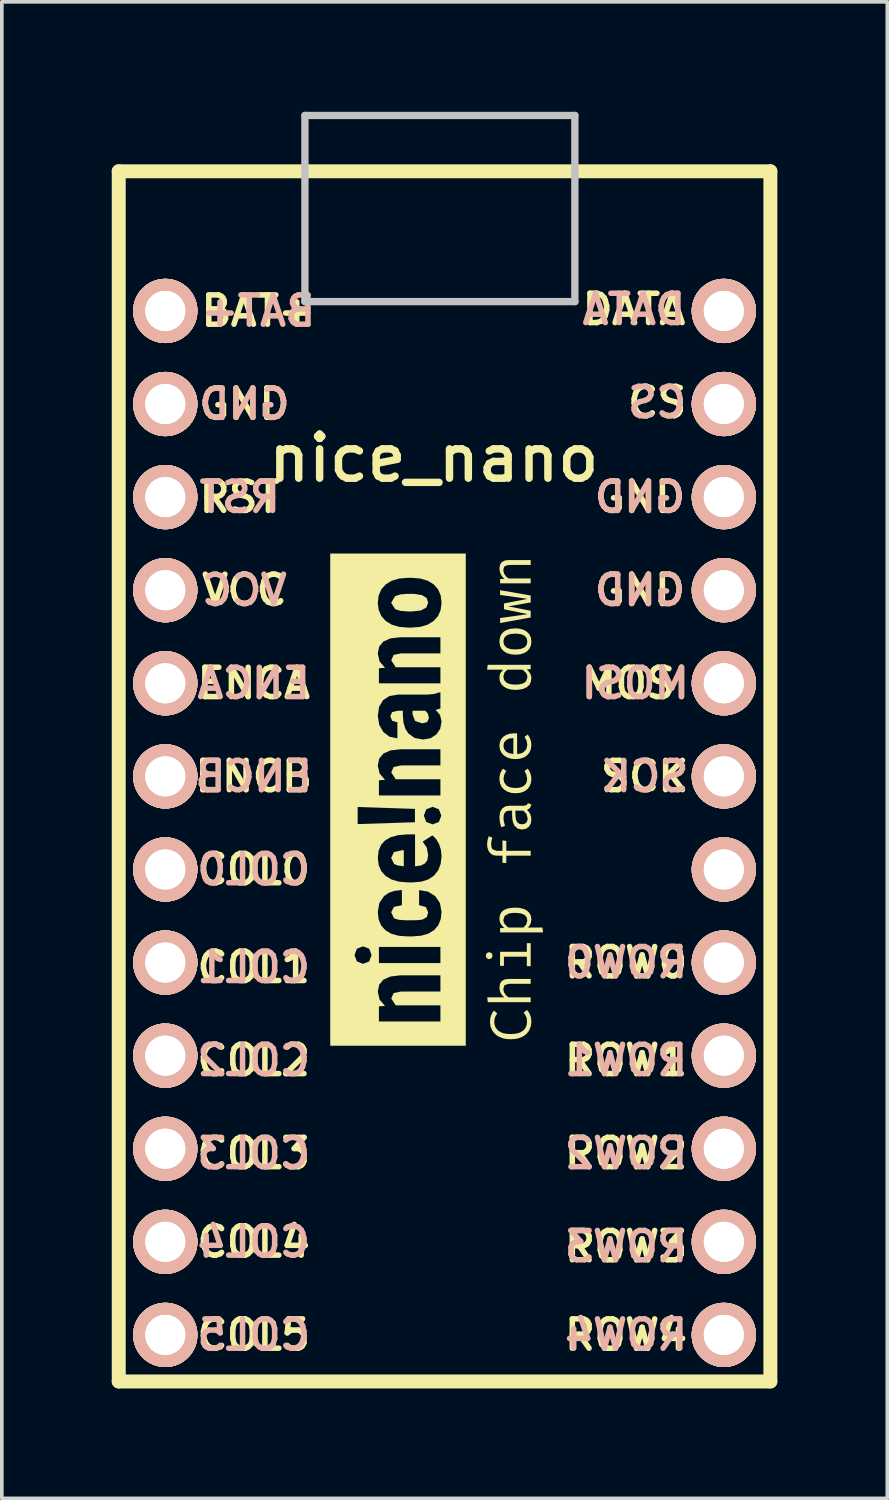
<source format=kicad_pcb>
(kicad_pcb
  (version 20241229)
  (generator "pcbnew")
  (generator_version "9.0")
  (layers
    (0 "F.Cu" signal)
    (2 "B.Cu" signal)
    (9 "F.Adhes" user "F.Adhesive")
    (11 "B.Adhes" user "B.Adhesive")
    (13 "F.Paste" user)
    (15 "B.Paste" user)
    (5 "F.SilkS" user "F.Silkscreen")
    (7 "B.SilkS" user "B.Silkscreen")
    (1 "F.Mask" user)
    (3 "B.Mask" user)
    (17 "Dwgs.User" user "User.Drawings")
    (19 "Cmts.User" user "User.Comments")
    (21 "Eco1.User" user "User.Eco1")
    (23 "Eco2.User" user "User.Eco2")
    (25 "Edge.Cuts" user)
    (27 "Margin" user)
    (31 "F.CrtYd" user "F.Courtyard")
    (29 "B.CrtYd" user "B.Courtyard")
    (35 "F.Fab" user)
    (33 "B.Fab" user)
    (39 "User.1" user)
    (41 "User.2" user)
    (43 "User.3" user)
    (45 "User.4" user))
  (footprint "nice_nano"
    (layer "F.Cu")
    (at 8.786 19.74)
    (property "Reference" "nice_nano" (at 0 -10.287 180) (layer "F.SilkS") (effects (font (size 1.2 1.2) (thickness 0.203))))
    (attr through_hole)
    (fp_line (start -8.596 -18.116) (end -8.596 14.904) (stroke (width 0.381) (type solid)) (layer "F.SilkS"))
    (fp_line (start -8.596 14.904) (end 9.184 14.904) (stroke (width 0.381) (type solid)) (layer "F.SilkS"))
    (fp_line (start 9.184 -18.116) (end -8.596 -18.116) (stroke (width 0.381) (type solid)) (layer "F.SilkS"))
    (fp_line (start 9.184 14.904) (end 9.184 -18.116) (stroke (width 0.381) (type solid)) (layer "F.SilkS"))
    (fp_poly (pts (xy -0.818 0.847) (xy -0.818 0.408) (xy -0.858 0.408) (xy -1.086 0.458) (xy -1.163 0.619) (xy -1.081 0.786) (xy -0.974 0.827) (xy -0.818 0.847)) (stroke (width 0) (type solid)) (fill yes) (layer "F.SilkS"))
    (fp_poly (pts (xy -0.132 -3.198) (xy -0.162 -3.322) (xy -0.232 -3.398) (xy -0.58 -3.398) (xy -0.58 -3.293) (xy -0.509 -3.117) (xy -0.318 -3.052) (xy -0.179 -3.089) (xy -0.132 -3.198)) (stroke (width 0) (type solid)) (fill yes) (layer "F.SilkS"))
    (fp_poly (pts (xy 1.417 3.287) (xy 1.444 3.216) (xy 1.51 3.189) (xy 1.578 3.216) (xy 1.605 3.287) (xy 1.578 3.356) (xy 1.51 3.383) (xy 1.444 3.356) (xy 1.417 3.287)) (stroke (width 0) (type solid)) (fill yes) (layer "F.SilkS"))
    (fp_poly (pts (xy 1.809 3.18) (xy 2.539 3.18) (xy 2.539 2.945) (xy 2.644 2.945) (xy 2.644 3.572) (xy 2.539 3.572) (xy 2.539 3.314) (xy 1.914 3.314) (xy 1.914 3.564) (xy 1.809 3.564) (xy 1.809 3.18)) (stroke (width 0) (type solid)) (fill yes) (layer "F.SilkS"))
    (fp_poly (pts (xy 2.644 -6.541) (xy 2.644 -6.352) (xy 2.031 -6.244) (xy 2.644 -6.126) (xy 2.644 -5.942) (xy 1.809 -5.79) (xy 1.809 -5.926) (xy 2.562 -6.033) (xy 1.915 -6.166) (xy 1.915 -6.324) (xy 2.562 -6.45) (xy 1.809 -6.557) (xy 1.809 -6.687) (xy 2.644 -6.541)) (stroke (width 0) (type solid)) (fill yes) (layer "F.SilkS"))
    (fp_poly (pts (xy -0.602 -6.106) (xy -0.352 -6.133) (xy -0.203 -6.213) (xy -0.153 -6.347) (xy -0.194 -6.472) (xy -0.319 -6.551) (xy -0.528 -6.585) (xy -0.712 -6.587) (xy -0.912 -6.571) (xy -1.053 -6.523) (xy -1.163 -6.343) (xy -1.053 -6.169) (xy -0.912 -6.122) (xy -0.712 -6.106) (xy -0.602 -6.106)) (stroke (width 0) (type solid)) (fill yes) (layer "F.SilkS"))
    (fp_poly (pts (xy 1.459 4.423) (xy 1.923 4.423) (xy 1.865 4.368) (xy 1.824 4.302) (xy 1.799 4.229) (xy 1.791 4.156) (xy 1.807 4.05) (xy 1.856 3.977) (xy 1.934 3.935) (xy 2.037 3.921) (xy 2.644 3.921) (xy 2.644 4.054) (xy 2.04 4.054) (xy 1.931 4.089) (xy 1.896 4.199) (xy 1.917 4.289) (xy 1.971 4.366) (xy 2.036 4.423) (xy 2.644 4.423) (xy 2.644 4.556) (xy 1.474 4.556) (xy 1.459 4.423)) (stroke (width 0) (type solid)) (fill yes) (layer "F.SilkS"))
    (fp_poly (pts (xy 2.644 -6.874) (xy 1.809 -6.874) (xy 1.809 -6.988) (xy 1.925 -6.998) (xy 1.868 -7.055) (xy 1.826 -7.125) (xy 1.8 -7.201) (xy 1.791 -7.274) (xy 1.807 -7.38) (xy 1.856 -7.453) (xy 1.934 -7.495) (xy 2.037 -7.509) (xy 2.644 -7.509) (xy 2.644 -7.376) (xy 2.136 -7.376) (xy 2.058 -7.373) (xy 1.997 -7.366) (xy 1.92 -7.327) (xy 1.896 -7.233) (xy 1.917 -7.14) (xy 1.971 -7.063) (xy 2.036 -7.007) (xy 2.644 -7.007) (xy 2.644 -6.874)) (stroke (width 0) (type solid)) (fill yes) (layer "F.SilkS"))
    (fp_poly (pts (xy 1.455 0.252) (xy 1.467 0.13) (xy 1.501 0.026) (xy 1.6 0.069) (xy 1.574 0.155) (xy 1.565 0.248) (xy 1.574 0.325) (xy 1.599 0.38) (xy 1.704 0.424) (xy 1.874 0.424) (xy 1.874 0.14) (xy 1.979 0.155) (xy 1.979 0.424) (xy 2.644 0.424) (xy 2.644 0.557) (xy 1.979 0.557) (xy 1.979 0.756) (xy 1.874 0.756) (xy 1.874 0.557) (xy 1.707 0.557) (xy 1.635 0.547) (xy 1.573 0.517) (xy 1.523 0.47) (xy 1.486 0.408) (xy 1.463 0.334) (xy 1.455 0.252)) (stroke (width 0) (type solid)) (fill yes) (layer "F.SilkS"))
    (fp_poly (pts (xy 2.548 -1.537) (xy 2.527 -1.654) (xy 2.475 -1.754) (xy 2.562 -1.819) (xy 2.604 -1.759) (xy 2.636 -1.688) (xy 2.656 -1.612) (xy 2.663 -1.537) (xy 2.649 -1.421) (xy 2.609 -1.325) (xy 2.545 -1.247) (xy 2.458 -1.191) (xy 2.353 -1.156) (xy 2.23 -1.145) (xy 2.111 -1.156) (xy 2.005 -1.191) (xy 1.916 -1.248) (xy 1.848 -1.325) (xy 1.805 -1.422) (xy 1.791 -1.538) (xy 1.797 -1.616) (xy 1.815 -1.689) (xy 1.846 -1.756) (xy 1.888 -1.818) (xy 1.977 -1.753) (xy 1.921 -1.646) (xy 1.902 -1.537) (xy 1.923 -1.438) (xy 1.983 -1.359) (xy 2.047 -1.32) (xy 2.129 -1.297) (xy 2.23 -1.289) (xy 2.331 -1.297) (xy 2.412 -1.321) (xy 2.472 -1.359) (xy 2.515 -1.409) (xy 2.539 -1.469) (xy 2.548 -1.537)) (stroke (width 0) (type solid)) (fill yes) (layer "F.SilkS"))
    (fp_poly (pts (xy 1.791 2.277) (xy 1.805 2.177) (xy 1.845 2.1) (xy 1.91 2.043) (xy 1.997 2.004) (xy 2.103 1.982) (xy 2.226 1.975) (xy 2.346 1.983) (xy 2.451 2.01) (xy 2.539 2.054) (xy 2.606 2.117) (xy 2.649 2.198) (xy 2.663 2.297) (xy 2.659 2.326) (xy 2.552 2.326) (xy 2.532 2.235) (xy 2.472 2.17) (xy 2.371 2.131) (xy 2.225 2.118) (xy 2.125 2.123) (xy 2.043 2.138) (xy 1.934 2.201) (xy 1.898 2.309) (xy 1.909 2.374) (xy 1.94 2.431) (xy 2.032 2.518) (xy 2.447 2.518) (xy 2.523 2.435) (xy 2.552 2.326) (xy 2.659 2.326) (xy 2.652 2.382) (xy 2.62 2.456) (xy 2.566 2.518) (xy 2.964 2.518) (xy 2.981 2.651) (xy 1.809 2.651) (xy 1.809 2.537) (xy 1.925 2.526) (xy 1.868 2.476) (xy 1.826 2.416) (xy 1.8 2.35) (xy 1.791 2.277)) (stroke (width 0) (type solid)) (fill yes) (layer "F.SilkS"))
    (fp_poly (pts (xy 1.455 -4.517) (xy 1.472 -4.65) (xy 2.644 -4.65) (xy 2.644 -4.533) (xy 2.534 -4.521) (xy 2.592 -4.47) (xy 2.632 -4.413) (xy 2.655 -4.35) (xy 2.66 -4.311) (xy 2.555 -4.311) (xy 2.545 -4.377) (xy 2.514 -4.433) (xy 2.423 -4.517) (xy 2.006 -4.517) (xy 1.927 -4.434) (xy 1.898 -4.328) (xy 1.919 -4.235) (xy 1.98 -4.167) (xy 2.044 -4.135) (xy 2.127 -4.116) (xy 2.228 -4.11) (xy 2.327 -4.116) (xy 2.409 -4.133) (xy 2.473 -4.162) (xy 2.518 -4.201) (xy 2.555 -4.311) (xy 2.66 -4.311) (xy 2.663 -4.283) (xy 2.649 -4.184) (xy 2.608 -4.104) (xy 2.542 -4.042) (xy 2.455 -3.999) (xy 2.349 -3.974) (xy 2.228 -3.965) (xy 2.109 -3.975) (xy 2.004 -4.004) (xy 1.915 -4.051) (xy 1.848 -4.116) (xy 1.805 -4.197) (xy 1.791 -4.293) (xy 1.797 -4.361) (xy 1.816 -4.42) (xy 1.89 -4.517) (xy 1.455 -4.517)) (stroke (width 0) (type solid)) (fill yes) (layer "F.SilkS"))
    (fp_poly (pts (xy 1.791 -5.287) (xy 1.805 -5.396) (xy 1.845 -5.485) (xy 1.909 -5.555) (xy 1.996 -5.605) (xy 2.102 -5.635) (xy 2.226 -5.645) (xy 2.347 -5.635) (xy 2.452 -5.604) (xy 2.54 -5.553) (xy 2.607 -5.483) (xy 2.649 -5.394) (xy 2.663 -5.286) (xy 2.553 -5.286) (xy 2.533 -5.38) (xy 2.473 -5.448) (xy 2.371 -5.489) (xy 2.226 -5.502) (xy 2.081 -5.489) (xy 1.98 -5.448) (xy 1.92 -5.381) (xy 1.9 -5.287) (xy 1.92 -5.193) (xy 1.98 -5.124) (xy 2.043 -5.094) (xy 2.125 -5.075) (xy 2.228 -5.069) (xy 2.372 -5.083) (xy 2.473 -5.123) (xy 2.533 -5.191) (xy 2.553 -5.286) (xy 2.663 -5.286) (xy 2.649 -5.178) (xy 2.609 -5.088) (xy 2.544 -5.018) (xy 2.457 -4.967) (xy 2.35 -4.936) (xy 2.228 -4.926) (xy 2.106 -4.937) (xy 2 -4.967) (xy 1.912 -5.019) (xy 1.846 -5.089) (xy 1.805 -5.179) (xy 1.791 -5.287)) (stroke (width 0) (type solid)) (fill yes) (layer "F.SilkS"))
    (fp_poly (pts (xy 2.274 -2.216) (xy 2.274 -2.217) (xy 2.171 -2.217) (xy 2.171 -2.653) (xy 2.053 -2.637) (xy 1.969 -2.594) (xy 1.918 -2.528) (xy 1.901 -2.443) (xy 1.917 -2.358) (xy 1.967 -2.288) (xy 2.051 -2.239) (xy 2.171 -2.217) (xy 2.274 -2.217) (xy 2.362 -2.228) (xy 2.432 -2.254) (xy 2.523 -2.342) (xy 2.552 -2.461) (xy 2.533 -2.577) (xy 2.476 -2.684) (xy 2.564 -2.747) (xy 2.605 -2.684) (xy 2.637 -2.613) (xy 2.656 -2.537) (xy 2.663 -2.459) (xy 2.649 -2.347) (xy 2.608 -2.252) (xy 2.542 -2.177) (xy 2.455 -2.121) (xy 2.349 -2.088) (xy 2.228 -2.077) (xy 2.108 -2.088) (xy 2.002 -2.122) (xy 1.914 -2.176) (xy 1.848 -2.249) (xy 1.805 -2.338) (xy 1.791 -2.442) (xy 1.804 -2.54) (xy 1.841 -2.624) (xy 1.901 -2.691) (xy 1.982 -2.741) (xy 2.083 -2.771) (xy 2.201 -2.781) (xy 2.241 -2.781) (xy 2.274 -2.778) (xy 2.274 -2.216)) (stroke (width 0) (type solid)) (fill yes) (layer "F.SilkS"))
    (fp_poly (pts (xy 1.534 5.1) (xy 1.541 5.001) (xy 1.561 4.92) (xy 1.594 4.85) (xy 1.64 4.783) (xy 1.73 4.86) (xy 1.668 4.969) (xy 1.649 5.089) (xy 1.66 5.176) (xy 1.692 5.255) (xy 1.748 5.324) (xy 1.832 5.378) (xy 1.905 5.404) (xy 1.994 5.419) (xy 2.098 5.424) (xy 2.199 5.419) (xy 2.286 5.405) (xy 2.359 5.38) (xy 2.443 5.328) (xy 2.501 5.261) (xy 2.534 5.181) (xy 2.544 5.093) (xy 2.538 5.009) (xy 2.517 4.941) (xy 2.453 4.839) (xy 2.544 4.767) (xy 2.589 4.825) (xy 2.627 4.897) (xy 2.654 4.987) (xy 2.663 5.094) (xy 2.646 5.22) (xy 2.598 5.334) (xy 2.548 5.401) (xy 2.484 5.458) (xy 2.407 5.504) (xy 2.316 5.539) (xy 2.213 5.56) (xy 2.098 5.567) (xy 1.981 5.56) (xy 1.878 5.539) (xy 1.788 5.503) (xy 1.711 5.456) (xy 1.648 5.399) (xy 1.598 5.333) (xy 1.55 5.221) (xy 1.534 5.1)) (stroke (width 0) (type solid)) (fill yes) (layer "F.SilkS"))
    (fp_poly (pts (xy 2.462 -0.805) (xy 2.535 -0.822) (xy 2.569 -0.873) (xy 2.663 -0.841) (xy 2.628 -0.746) (xy 2.545 -0.688) (xy 2.596 -0.637) (xy 2.633 -0.575) (xy 2.655 -0.504) (xy 2.659 -0.46) (xy 2.561 -0.46) (xy 2.53 -0.578) (xy 2.443 -0.671) (xy 2.228 -0.671) (xy 2.228 -0.55) (xy 2.24 -0.432) (xy 2.275 -0.355) (xy 2.331 -0.313) (xy 2.403 -0.299) (xy 2.472 -0.309) (xy 2.521 -0.339) (xy 2.551 -0.389) (xy 2.561 -0.46) (xy 2.659 -0.46) (xy 2.663 -0.426) (xy 2.645 -0.314) (xy 2.592 -0.228) (xy 2.51 -0.174) (xy 2.405 -0.156) (xy 2.29 -0.181) (xy 2.206 -0.257) (xy 2.168 -0.334) (xy 2.145 -0.431) (xy 2.137 -0.548) (xy 2.137 -0.671) (xy 2.067 -0.671) (xy 1.99 -0.658) (xy 1.939 -0.618) (xy 1.911 -0.555) (xy 1.902 -0.472) (xy 1.911 -0.375) (xy 1.944 -0.254) (xy 1.844 -0.219) (xy 1.819 -0.294) (xy 1.803 -0.364) (xy 1.791 -0.492) (xy 1.809 -0.629) (xy 1.864 -0.727) (xy 1.949 -0.786) (xy 2.061 -0.805) (xy 2.462 -0.805)) (stroke (width 0) (type solid)) (fill yes) (layer "F.SilkS"))
    (fp_poly (pts (xy -2.825 5.082) (xy -2.825 5.744) (xy 0.873 5.744) (xy 0.873 5.082) (xy 0.873 3.823) (xy 0.181 3.823) (xy 0.181 4.264) (xy -0.889 4.264) (xy -1.096 4.306) (xy -1.16 4.456) (xy -1.038 4.642) (xy 0.181 4.642) (xy 0.181 5.082) (xy -1.497 5.082) (xy -1.497 4.67) (xy -1.331 4.657) (xy -1.478 4.486) (xy -1.528 4.268) (xy -1.49 4.078) (xy -1.376 3.941) (xy -1.187 3.856) (xy -0.922 3.823) (xy 0.181 3.823) (xy 0.873 3.823) (xy 0.873 3.048) (xy 0.181 3.048) (xy 0.181 3.488) (xy -1.497 3.488) (xy -1.497 3.27) (xy -1.697 3.27) (xy -1.763 3.444) (xy -1.931 3.509) (xy -2.098 3.444) (xy -2.163 3.27) (xy -2.098 3.096) (xy -1.931 3.031) (xy -1.763 3.095) (xy -1.697 3.27) (xy -1.497 3.27) (xy -1.497 3.048) (xy 0.181 3.048) (xy 0.873 3.048) (xy 0.873 2.093) (xy 0.212 2.093) (xy 0.189 2.292) (xy 0.122 2.457) (xy 0.01 2.588) (xy -0.145 2.683) (xy -0.343 2.741) (xy -0.584 2.761) (xy -0.717 2.761) (xy -0.96 2.743) (xy -1.161 2.687) (xy -1.32 2.593) (xy -1.435 2.463) (xy -1.505 2.298) (xy -1.528 2.096) (xy -1.485 1.848) (xy -1.356 1.659) (xy -1.226 1.57) (xy -1.064 1.516) (xy -0.87 1.496) (xy -0.87 1.909) (xy -1.087 1.955) (xy -1.163 2.104) (xy -1.082 2.268) (xy -0.962 2.306) (xy -0.767 2.321) (xy -0.596 2.321) (xy -0.422 2.316) (xy -0.31 2.301) (xy -0.191 2.234) (xy -0.153 2.103) (xy -0.215 1.959) (xy -0.401 1.909) (xy -0.401 1.496) (xy -0.153 1.54) (xy 0.043 1.665) (xy 0.169 1.855) (xy 0.212 2.093) (xy 0.873 2.093) (xy 0.873 0.571) (xy 0.212 0.571) (xy 0.189 0.78) (xy 0.122 0.955) (xy 0.01 1.098) (xy -0.143 1.203) (xy -0.336 1.266) (xy -0.567 1.287) (xy -0.7 1.287) (xy -0.944 1.268) (xy -1.148 1.21) (xy -1.312 1.113) (xy -1.432 0.981) (xy -1.504 0.815) (xy -1.528 0.616) (xy -1.505 0.422) (xy -1.438 0.264) (xy -1.325 0.14) (xy -1.169 0.051) (xy -0.969 -0.003) (xy -0.726 -0.023) (xy -0.511 -0.023) (xy -0.511 0.85) (xy -0.35 0.825) (xy -0.239 0.768) (xy -0.174 0.675) (xy -0.153 0.543) (xy -0.19 0.341) (xy -0.303 0.175) (xy -0.038 0.003) (xy 0.063 0.102) (xy 0.143 0.238) (xy 0.194 0.398) (xy 0.212 0.571) (xy 0.873 0.571) (xy 0.873 -0.536) (xy 0.206 -0.536) (xy 0.139 -0.362) (xy -0.032 -0.296) (xy -0.205 -0.362) (xy -0.272 -0.536) (xy -0.205 -0.708) (xy -0.176 -0.719) (xy -0.514 -0.719) (xy -0.514 -0.355) (xy -2.077 -0.304) (xy -2.077 -0.77) (xy -0.514 -0.719) (xy -0.176 -0.719) (xy -0.032 -0.775) (xy 0.139 -0.709) (xy 0.206 -0.536) (xy 0.873 -0.536) (xy 0.873 -2.345) (xy 0.181 -2.345) (xy 0.181 -1.905) (xy -0.889 -1.905) (xy -1.096 -1.862) (xy -1.16 -1.713) (xy -1.038 -1.527) (xy 0.181 -1.527) (xy 0.181 -1.086) (xy -1.497 -1.086) (xy -1.497 -1.499) (xy -1.331 -1.511) (xy -1.478 -1.683) (xy -1.528 -1.9) (xy -1.49 -2.09) (xy -1.376 -2.228) (xy -1.187 -2.313) (xy -0.922 -2.345) (xy 0.181 -2.345) (xy 0.873 -2.345) (xy 0.873 -3.1) (xy 0.212 -3.1) (xy 0.177 -2.907) (xy 0.072 -2.751) (xy -0.088 -2.647) (xy -0.289 -2.612) (xy -0.523 -2.654) (xy -0.697 -2.78) (xy -0.777 -2.909) (xy -0.826 -3.07) (xy -0.844 -3.265) (xy -0.844 -3.398) (xy -0.979 -3.398) (xy -1.139 -3.359) (xy -1.185 -3.246) (xy -1.137 -3.123) (xy -0.993 -3.082) (xy -0.993 -2.643) (xy -1.205 -2.687) (xy -1.377 -2.817) (xy -1.49 -3.015) (xy -1.528 -3.258) (xy -1.492 -3.503) (xy -1.384 -3.686) (xy -1.21 -3.799) (xy -0.974 -3.837) (xy -0.185 -3.837) (xy 0.008 -3.854) (xy 0.154 -3.899) (xy 0.181 -3.899) (xy 0.181 -3.457) (xy 0.05 -3.42) (xy 0.171 -3.281) (xy 0.212 -3.1) (xy 0.873 -3.1) (xy 0.873 -5.402) (xy 0.181 -5.402) (xy 0.181 -4.962) (xy -0.889 -4.962) (xy -1.096 -4.92) (xy -1.16 -4.77) (xy -1.038 -4.584) (xy 0.181 -4.584) (xy 0.181 -4.144) (xy -1.497 -4.144) (xy -1.497 -4.556) (xy -1.331 -4.568) (xy -1.478 -4.74) (xy -1.528 -4.958) (xy -1.49 -5.148) (xy -1.376 -5.285) (xy -1.187 -5.37) (xy -0.922 -5.402) (xy 0.181 -5.402) (xy 0.873 -5.402) (xy 0.873 -6.347) (xy 0.212 -6.347) (xy 0.188 -6.148) (xy 0.116 -5.98) (xy -0.005 -5.845) (xy -0.167 -5.746) (xy -0.368 -5.686) (xy -0.605 -5.666) (xy -0.712 -5.666) (xy -0.948 -5.686) (xy -1.148 -5.746) (xy -1.311 -5.846) (xy -1.431 -5.981) (xy -1.504 -6.147) (xy -1.528 -6.343) (xy -1.504 -6.542) (xy -1.431 -6.709) (xy -1.311 -6.844) (xy -1.147 -6.944) (xy -0.947 -7.004) (xy -0.709 -7.024) (xy -0.602 -7.024) (xy -0.366 -7.004) (xy -0.166 -6.945) (xy -0.004 -6.846) (xy 0.116 -6.711) (xy 0.188 -6.545) (xy 0.212 -6.347) (xy 0.873 -6.347) (xy 0.873 -7.024) (xy 0.873 -7.686) (xy -2.825 -7.686) (xy -2.825 -7.024) (xy -2.825 5.082)) (stroke (width 0) (type solid)) (fill yes) (layer "F.SilkS"))
    (fp_line (start -3.516 -19.64) (end 3.85 -19.64) (stroke (width 0.2) (type solid)) (layer "Dwgs.User"))
    (fp_line (start -3.516 -14.56) (end -3.516 -19.64) (stroke (width 0.2) (type solid)) (layer "Dwgs.User"))
    (fp_line (start 3.85 -19.64) (end 3.85 -14.56) (stroke (width 0.2) (type solid)) (layer "Dwgs.User"))
    (fp_line (start 3.85 -14.56) (end -3.516 -14.56) (stroke (width 0.2) (type solid)) (layer "Dwgs.User"))
    (fp_text user "ENCA" (at -4.913 -4.146 0) (layer "F.SilkS") (effects (font (size 0.8 0.8) (thickness 0.15))))
    (fp_text user "COL2" (at -4.913 6.141 0) (unlocked yes) (layer "F.SilkS") (effects (font (size 0.8 0.8) (thickness 0.15))))
    (fp_text user "ENCB" (at -4.913 -1.606 0) (layer "F.SilkS") (effects (font (size 0.8 0.8) (thickness 0.15))))
    (fp_text user "MOSI" (at 5.501 -4.146 0) (layer "F.SilkS") (effects (font (size 0.8 0.8) (thickness 0.15))))
    (fp_text user "CS" (at 6.096 -11.811 0) (layer "F.SilkS") (effects (font (size 0.8 0.8) (thickness 0.15))))
    (fp_text user "GND" (at 5.628 -9.226 0) (layer "F.SilkS") (effects (font (size 0.8 0.8) (thickness 0.15))))
    (fp_text user "SCK" (at 5.755 -1.606 0) (layer "F.SilkS") (effects (font (size 0.8 0.8) (thickness 0.15))))
    (fp_text user "DATA" (at 5.461 -14.351 0) (layer "F.SilkS") (effects (font (size 0.8 0.8) (thickness 0.15))))
    (fp_text user "ROW3" (at 5.247 11.221 0) (unlocked yes) (layer "F.SilkS") (effects (font (size 0.8 0.8) (thickness 0.15))))
    (fp_text user "ROW2" (at 5.247 8.681 0) (unlocked yes) (layer "F.SilkS") (effects (font (size 0.8 0.8) (thickness 0.15))))
    (fp_text user "ROW1" (at 5.247 6.141 0) (unlocked yes) (layer "F.SilkS") (effects (font (size 0.8 0.8) (thickness 0.15))))
    (fp_text user "VCC" (at -5.167 -6.686 0) (layer "F.SilkS") (effects (font (size 0.8 0.8) (thickness 0.15))))
    (fp_text user "RST" (at -5.294 -9.226 0) (layer "F.SilkS") (effects (font (size 0.8 0.8) (thickness 0.15))))
    (fp_text user "ROW4" (at 5.247 13.634 0) (unlocked yes) (layer "F.SilkS") (effects (font (size 0.8 0.8) (thickness 0.15))))
    (fp_text user "GND" (at 5.628 -6.686 0) (layer "F.SilkS") (effects (font (size 0.8 0.8) (thickness 0.15))))
    (fp_text user "COL4" (at -4.913 11.094 0) (unlocked yes) (layer "F.SilkS") (effects (font (size 0.8 0.8) (thickness 0.15))))
    (fp_text user "COL5" (at -4.913 13.634 0) (unlocked yes) (layer "F.SilkS") (effects (font (size 0.8 0.8) (thickness 0.15))))
    (fp_text user "GND" (at -5.167 -11.766 0) (layer "F.SilkS") (effects (font (size 0.8 0.8) (thickness 0.15))))
    (fp_text user "BAT+" (at -4.786 -14.306 0) (layer "F.SilkS") (effects (font (size 0.8 0.8) (thickness 0.15))))
    (fp_text user "COL1" (at -4.913 3.601 0) (unlocked yes) (layer "F.SilkS") (effects (font (size 0.8 0.8) (thickness 0.15))))
    (fp_text user "COL0" (at -4.913 0.934 0) (unlocked yes) (layer "F.SilkS") (effects (font (size 0.8 0.8) (thickness 0.15))))
    (fp_text user "ROW0" (at 5.247 3.474 0) (unlocked yes) (layer "F.SilkS") (effects (font (size 0.8 0.8) (thickness 0.15))))
    (fp_text user "COL3" (at -4.913 8.681 0) (unlocked yes) (layer "F.SilkS") (effects (font (size 0.8 0.8) (thickness 0.15))))
    (fp_text user "ENCA" (at -4.913 -4.146 0) (layer "B.SilkS") (effects (font (size 0.8 0.8) (thickness 0.15)) (justify mirror)))
    (fp_text user "GND" (at 5.628 -9.226 0) (layer "B.SilkS") (effects (font (size 0.8 0.8) (thickness 0.15)) (justify mirror)))
    (fp_text user "ENCB" (at -4.913 -1.606 0) (layer "B.SilkS") (effects (font (size 0.8 0.8) (thickness 0.15)) (justify mirror)))
    (fp_text user "ROW3" (at 5.247 11.221 0) (unlocked yes) (layer "B.SilkS") (effects (font (size 0.8 0.8) (thickness 0.15)) (justify mirror)))
    (fp_text user "RST" (at -5.294 -9.226 0) (layer "B.SilkS") (effects (font (size 0.8 0.8) (thickness 0.15)) (justify mirror)))
    (fp_text user "ROW1" (at 5.247 6.141 0) (unlocked yes) (layer "B.SilkS") (effects (font (size 0.8 0.8) (thickness 0.15)) (justify mirror)))
    (fp_text user "CS" (at 6.096 -11.811 0) (layer "B.SilkS") (effects (font (size 0.8 0.8) (thickness 0.15)) (justify mirror)))
    (fp_text user "COL0" (at -4.913 0.934 0) (unlocked yes) (layer "B.SilkS") (effects (font (size 0.8 0.8) (thickness 0.15)) (justify mirror)))
    (fp_text user "VCC" (at -5.167 -6.686 0) (layer "B.SilkS") (effects (font (size 0.8 0.8) (thickness 0.15)) (justify mirror)))
    (fp_text user "COL5" (at -4.913 13.634 0) (unlocked yes) (layer "B.SilkS") (effects (font (size 0.8 0.8) (thickness 0.15)) (justify mirror)))
    (fp_text user "COL1" (at -4.913 3.601 0) (unlocked yes) (layer "B.SilkS") (effects (font (size 0.8 0.8) (thickness 0.15)) (justify mirror)))
    (fp_text user "COL3" (at -4.913 8.681 0) (unlocked yes) (layer "B.SilkS") (effects (font (size 0.8 0.8) (thickness 0.15)) (justify mirror)))
    (fp_text user "MOSI" (at 5.501 -4.146 0) (layer "B.SilkS") (effects (font (size 0.8 0.8) (thickness 0.15)) (justify mirror)))
    (fp_text user "GND" (at 5.628 -6.686 0) (layer "B.SilkS") (effects (font (size 0.8 0.8) (thickness 0.15)) (justify mirror)))
    (fp_text user "DATA" (at 5.461 -14.351 0) (layer "B.SilkS") (effects (font (size 0.8 0.8) (thickness 0.15)) (justify mirror)))
    (fp_text user "COL2" (at -4.913 6.141 0) (unlocked yes) (layer "B.SilkS") (effects (font (size 0.8 0.8) (thickness 0.15)) (justify mirror)))
    (fp_text user "BAT+" (at -4.786 -14.306 0) (layer "B.SilkS") (effects (font (size 0.8 0.8) (thickness 0.15)) (justify mirror)))
    (fp_text user "COL4" (at -4.913 11.094 0) (unlocked yes) (layer "B.SilkS") (effects (font (size 0.8 0.8) (thickness 0.15)) (justify mirror)))
    (fp_text user "ROW2" (at 5.247 8.681 0) (unlocked yes) (layer "B.SilkS") (effects (font (size 0.8 0.8) (thickness 0.15)) (justify mirror)))
    (fp_text user "GND" (at -5.167 -11.766 0) (layer "B.SilkS") (effects (font (size 0.8 0.8) (thickness 0.15)) (justify mirror)))
    (fp_text user "ROW0" (at 5.247 3.474 0) (unlocked yes) (layer "B.SilkS") (effects (font (size 0.8 0.8) (thickness 0.15)) (justify mirror)))
    (fp_text user "ROW4" (at 5.247 13.634 0) (unlocked yes) (layer "B.SilkS") (effects (font (size 0.8 0.8) (thickness 0.15)) (justify mirror)))
    (fp_text user "SCK" (at 5.755 -1.606 0) (layer "B.SilkS") (effects (font (size 0.8 0.8) (thickness 0.15)) (justify mirror)))
    (pad "1" thru_hole circle (at -7.326 -14.306 270) (size 1.753 1.753) (drill 1.092) (layers "*.Cu" "*.SilkS" "*.Mask"))
    (pad "1" thru_hole circle (at -7.326 -14.306 270) (size 1.753 1.753) (drill 1.092) (layers "*.Cu" "*.SilkS" "*.Mask"))
    (pad "2" thru_hole circle (at -7.326 -11.766 270) (size 1.753 1.753) (drill 1.092) (layers "*.Cu" "*.SilkS" "*.Mask"))
    (pad "2" thru_hole circle (at -7.326 -11.766 270) (size 1.753 1.753) (drill 1.092) (layers "*.Cu" "*.SilkS" "*.Mask"))
    (pad "3" thru_hole circle (at -7.326 -9.226 270) (size 1.753 1.753) (drill 1.092) (layers "*.Cu" "*.SilkS" "*.Mask"))
    (pad "3" thru_hole circle (at -7.326 -9.226 270) (size 1.753 1.753) (drill 1.092) (layers "*.Cu" "*.SilkS" "*.Mask"))
    (pad "4" thru_hole circle (at -7.326 -6.686 270) (size 1.753 1.753) (drill 1.092) (layers "*.Cu" "*.SilkS" "*.Mask"))
    (pad "4" thru_hole circle (at -7.326 -6.686 270) (size 1.753 1.753) (drill 1.092) (layers "*.Cu" "*.SilkS" "*.Mask"))
    (pad "5" thru_hole circle (at -7.326 -4.146 270) (size 1.753 1.753) (drill 1.092) (layers "*.Cu" "*.SilkS" "*.Mask"))
    (pad "5" thru_hole circle (at -7.326 -4.146 270) (size 1.753 1.753) (drill 1.092) (layers "*.Cu" "*.SilkS" "*.Mask"))
    (pad "6" thru_hole circle (at -7.326 -1.606 270) (size 1.753 1.753) (drill 1.092) (layers "*.Cu" "*.SilkS" "*.Mask"))
    (pad "6" thru_hole circle (at -7.326 -1.606 270) (size 1.753 1.753) (drill 1.092) (layers "*.Cu" "*.SilkS" "*.Mask"))
    (pad "7" thru_hole circle (at -7.326 0.934 270) (size 1.753 1.753) (drill 1.092) (layers "*.Cu" "*.SilkS" "*.Mask"))
    (pad "7" thru_hole circle (at -7.326 0.934 270) (size 1.753 1.753) (drill 1.092) (layers "*.Cu" "*.SilkS" "*.Mask"))
    (pad "8" thru_hole circle (at -7.326 3.474 270) (size 1.753 1.753) (drill 1.092) (layers "*.Cu" "*.SilkS" "*.Mask"))
    (pad "8" thru_hole circle (at -7.326 3.474 270) (size 1.753 1.753) (drill 1.092) (layers "*.Cu" "*.SilkS" "*.Mask"))
    (pad "9" thru_hole circle (at -7.326 6.014 270) (size 1.753 1.753) (drill 1.092) (layers "*.Cu" "*.SilkS" "*.Mask"))
    (pad "9" thru_hole circle (at -7.326 6.014 270) (size 1.753 1.753) (drill 1.092) (layers "*.Cu" "*.SilkS" "*.Mask"))
    (pad "10" thru_hole circle (at -7.326 8.554 270) (size 1.753 1.753) (drill 1.092) (layers "*.Cu" "*.SilkS" "*.Mask"))
    (pad "10" thru_hole circle (at -7.326 8.554 270) (size 1.753 1.753) (drill 1.092) (layers "*.Cu" "*.SilkS" "*.Mask"))
    (pad "11" thru_hole circle (at -7.326 11.094 270) (size 1.753 1.753) (drill 1.092) (layers "*.Cu" "*.SilkS" "*.Mask"))
    (pad "11" thru_hole circle (at -7.326 11.094 270) (size 1.753 1.753) (drill 1.092) (layers "*.Cu" "*.SilkS" "*.Mask"))
    (pad "12" thru_hole circle (at -7.326 13.634 270) (size 1.753 1.753) (drill 1.092) (layers "*.Cu" "*.SilkS" "*.Mask"))
    (pad "12" thru_hole circle (at -7.326 13.634 270) (size 1.753 1.753) (drill 1.092) (layers "*.Cu" "*.SilkS" "*.Mask"))
    (pad "13" thru_hole circle (at 7.914 13.634 270) (size 1.753 1.753) (drill 1.092) (layers "*.Cu" "*.SilkS" "*.Mask"))
    (pad "13" thru_hole circle (at 7.914 13.634 270) (size 1.753 1.753) (drill 1.092) (layers "*.Cu" "*.SilkS" "*.Mask"))
    (pad "14" thru_hole circle (at 7.914 11.094 270) (size 1.753 1.753) (drill 1.092) (layers "*.Cu" "*.SilkS" "*.Mask"))
    (pad "14" thru_hole circle (at 7.914 11.094 270) (size 1.753 1.753) (drill 1.092) (layers "*.Cu" "*.SilkS" "*.Mask"))
    (pad "15" thru_hole circle (at 7.914 8.554 270) (size 1.753 1.753) (drill 1.092) (layers "*.Cu" "*.SilkS" "*.Mask"))
    (pad "15" thru_hole circle (at 7.914 8.554 270) (size 1.753 1.753) (drill 1.092) (layers "*.Cu" "*.SilkS" "*.Mask"))
    (pad "16" thru_hole circle (at 7.914 6.014 270) (size 1.753 1.753) (drill 1.092) (layers "*.Cu" "*.SilkS" "*.Mask"))
    (pad "16" thru_hole circle (at 7.914 6.014 270) (size 1.753 1.753) (drill 1.092) (layers "*.Cu" "*.SilkS" "*.Mask"))
    (pad "17" thru_hole circle (at 7.914 3.474 270) (size 1.753 1.753) (drill 1.092) (layers "*.Cu" "*.SilkS" "*.Mask"))
    (pad "17" thru_hole circle (at 7.914 3.474 270) (size 1.753 1.753) (drill 1.092) (layers "*.Cu" "*.SilkS" "*.Mask"))
    (pad "18" thru_hole circle (at 7.914 0.934 270) (size 1.753 1.753) (drill 1.092) (layers "*.Cu" "*.SilkS" "*.Mask"))
    (pad "18" thru_hole circle (at 7.914 0.934 270) (size 1.753 1.753) (drill 1.092) (layers "*.Cu" "*.SilkS" "*.Mask"))
    (pad "19" thru_hole circle (at 7.914 -1.606 270) (size 1.753 1.753) (drill 1.092) (layers "*.Cu" "*.SilkS" "*.Mask"))
    (pad "19" thru_hole circle (at 7.914 -1.606 270) (size 1.753 1.753) (drill 1.092) (layers "*.Cu" "*.SilkS" "*.Mask"))
    (pad "20" thru_hole circle (at 7.914 -4.146 270) (size 1.753 1.753) (drill 1.092) (layers "*.Cu" "*.SilkS" "*.Mask"))
    (pad "20" thru_hole circle (at 7.914 -4.146 270) (size 1.753 1.753) (drill 1.092) (layers "*.Cu" "*.SilkS" "*.Mask"))
    (pad "21" thru_hole circle (at 7.914 -6.686 270) (size 1.753 1.753) (drill 1.092) (layers "*.Cu" "*.SilkS" "*.Mask"))
    (pad "21" thru_hole circle (at 7.914 -6.686 270) (size 1.753 1.753) (drill 1.092) (layers "*.Cu" "*.SilkS" "*.Mask"))
    (pad "22" thru_hole circle (at 7.914 -9.226 270) (size 1.753 1.753) (drill 1.092) (layers "*.Cu" "*.SilkS" "*.Mask"))
    (pad "22" thru_hole circle (at 7.914 -9.226 270) (size 1.753 1.753) (drill 1.092) (layers "*.Cu" "*.SilkS" "*.Mask"))
    (pad "23" thru_hole circle (at 7.914 -11.766 270) (size 1.753 1.753) (drill 1.092) (layers "*.Cu" "*.SilkS" "*.Mask"))
    (pad "23" thru_hole circle (at 7.914 -11.766 270) (size 1.753 1.753) (drill 1.092) (layers "*.Cu" "*.SilkS" "*.Mask"))
    (pad "24" thru_hole circle (at 7.914 -14.306 270) (size 1.753 1.753) (drill 1.092) (layers "*.Cu" "*.SilkS" "*.Mask"))
    (pad "24" thru_hole circle (at 7.914 -14.306 270) (size 1.753 1.753) (drill 1.092) (layers "*.Cu" "*.SilkS" "*.Mask")))
  (gr_rect
    (start -3 -3)
    (end 21.161 37.834)
    (stroke (width 0.1) (type default))
    (fill no)
    (layer "Edge.Cuts")))
</source>
